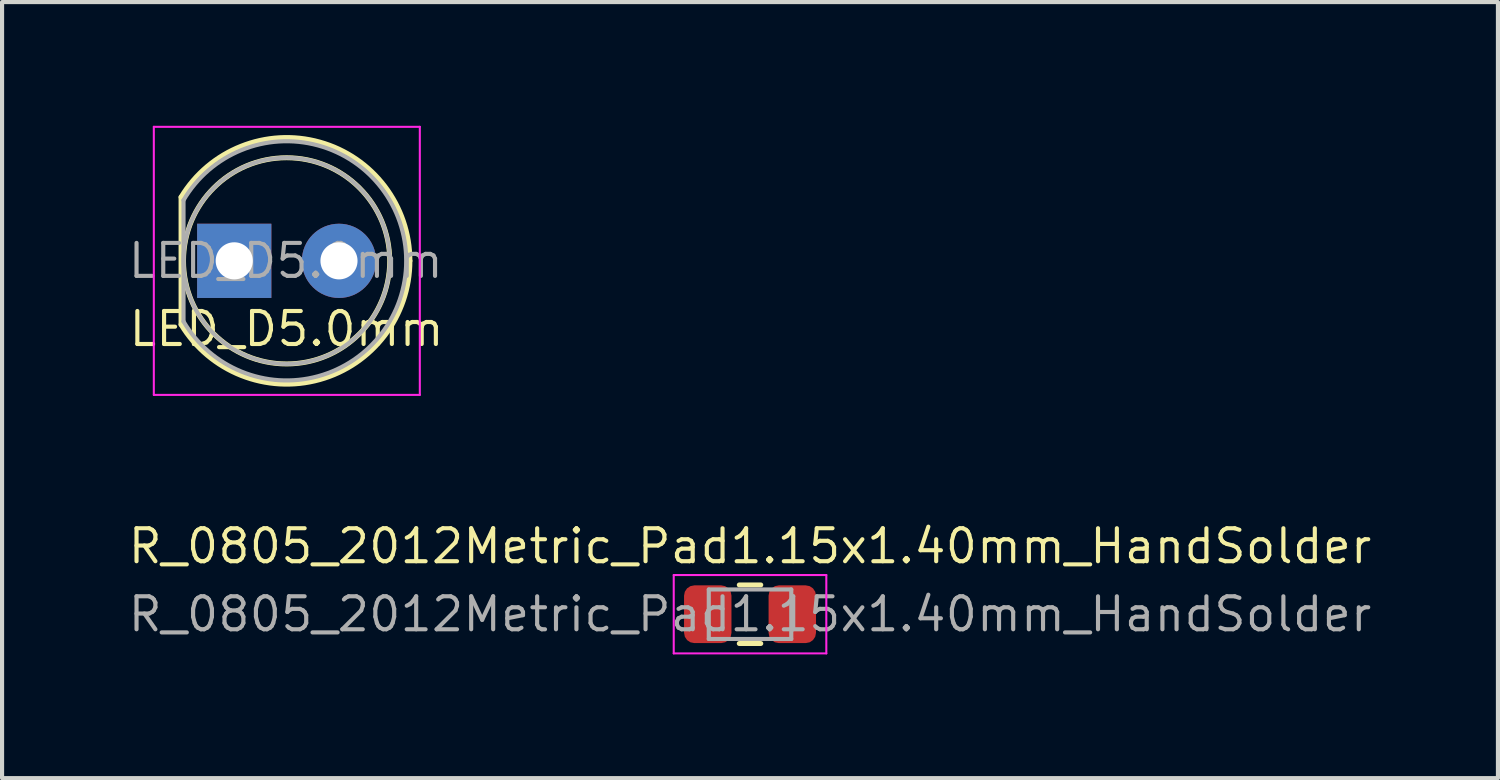
<source format=kicad_pcb>
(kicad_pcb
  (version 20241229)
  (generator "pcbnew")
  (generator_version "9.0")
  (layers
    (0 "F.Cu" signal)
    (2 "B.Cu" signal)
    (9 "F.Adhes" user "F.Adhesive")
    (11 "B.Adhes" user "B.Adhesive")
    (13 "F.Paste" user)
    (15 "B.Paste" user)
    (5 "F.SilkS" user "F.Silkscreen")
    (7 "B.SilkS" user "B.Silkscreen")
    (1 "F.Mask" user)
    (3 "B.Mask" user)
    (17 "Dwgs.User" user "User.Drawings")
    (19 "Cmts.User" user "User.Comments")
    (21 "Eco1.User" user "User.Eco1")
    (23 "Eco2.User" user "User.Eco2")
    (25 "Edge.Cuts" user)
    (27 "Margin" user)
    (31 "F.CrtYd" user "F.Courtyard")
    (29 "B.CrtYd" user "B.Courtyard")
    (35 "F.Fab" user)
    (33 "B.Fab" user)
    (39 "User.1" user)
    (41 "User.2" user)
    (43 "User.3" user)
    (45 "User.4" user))
  (footprint "LED_D5.0mm"
    (layer "F.Cu")
    (at 2.63 3.275)
    (property "Reference" "LED_D5.0mm" (at 1.27 1.651 180) (layer "F.SilkS") (effects (font (size 0.8 0.8) (thickness 0.1))))
    (attr through_hole)
    (fp_line (start -1.29 -1.545) (end -1.29 1.545) (stroke (width 0.12) (type solid)) (layer "F.SilkS"))
    (fp_arc (start -1.29 -1.54483) (mid 2.072002 -2.880433) (end 4.26 0.000462) (stroke (width 0.12) (type solid)) (layer "F.SilkS"))
    (fp_arc (start 4.26 -0.000462) (mid 2.072002 2.880433) (end -1.29 1.54483) (stroke (width 0.12) (type solid)) (layer "F.SilkS"))
    (fp_circle (center 1.27 0) (end 3.77 0) (stroke (width 0.12) (type solid)) (fill no) (layer "F.SilkS"))
    (fp_line (start -1.95 -3.25) (end -1.95 3.25) (stroke (width 0.05) (type solid)) (layer "F.CrtYd"))
    (fp_line (start -1.95 3.25) (end 4.5 3.25) (stroke (width 0.05) (type solid)) (layer "F.CrtYd"))
    (fp_line (start 4.5 -3.25) (end -1.95 -3.25) (stroke (width 0.05) (type solid)) (layer "F.CrtYd"))
    (fp_line (start 4.5 3.25) (end 4.5 -3.25) (stroke (width 0.05) (type solid)) (layer "F.CrtYd"))
    (fp_line (start -1.23 -1.47) (end -1.23 1.47) (stroke (width 0.1) (type solid)) (layer "F.Fab"))
    (fp_arc (start -1.23 -1.469694) (mid 4.17 0.000016) (end -1.230016 1.469666) (stroke (width 0.1) (type solid)) (layer "F.Fab"))
    (fp_circle (center 1.27 0) (end 3.77 0) (stroke (width 0.1) (type solid)) (fill no) (layer "F.Fab"))
    (fp_text user "${REFERENCE}" (at 1.25 0 0) (layer "F.Fab") (effects (font (size 0.8 0.8) (thickness 0.1))))
    (pad "1" thru_hole rect (at 0 0) (size 1.8 1.8) (drill 0.9) (layers "*.Cu" "*.Mask"))
    (pad "2" thru_hole circle (at 2.54 0) (size 1.8 1.8) (drill 0.9) (layers "*.Cu" "*.Mask")))
  (footprint "R_0805_2012Metric_Pad1.15x1.40mm_HandSolder"
    (layer "F.Cu")
    (at 15.137 11.844)
    (property "Reference" "R_0805_2012Metric_Pad1.15x1.40mm_HandSolder" (at 0 -1.65 0) (layer "F.SilkS") (effects (font (size 0.8 0.8) (thickness 0.1))))
    (attr smd)
    (fp_line (start -0.261 -0.71) (end 0.261 -0.71) (stroke (width 0.12) (type solid)) (layer "F.SilkS"))
    (fp_line (start -0.261 0.71) (end 0.261 0.71) (stroke (width 0.12) (type solid)) (layer "F.SilkS"))
    (fp_line (start -1.85 -0.95) (end 1.85 -0.95) (stroke (width 0.05) (type solid)) (layer "F.CrtYd"))
    (fp_line (start -1.85 0.95) (end -1.85 -0.95) (stroke (width 0.05) (type solid)) (layer "F.CrtYd"))
    (fp_line (start 1.85 -0.95) (end 1.85 0.95) (stroke (width 0.05) (type solid)) (layer "F.CrtYd"))
    (fp_line (start 1.85 0.95) (end -1.85 0.95) (stroke (width 0.05) (type solid)) (layer "F.CrtYd"))
    (fp_line (start -1 -0.6) (end 1 -0.6) (stroke (width 0.1) (type solid)) (layer "F.Fab"))
    (fp_line (start -1 0.6) (end -1 -0.6) (stroke (width 0.1) (type solid)) (layer "F.Fab"))
    (fp_line (start 1 -0.6) (end 1 0.6) (stroke (width 0.1) (type solid)) (layer "F.Fab"))
    (fp_line (start 1 0.6) (end -1 0.6) (stroke (width 0.1) (type solid)) (layer "F.Fab"))
    (fp_text user "${REFERENCE}" (at 0 0 0) (layer "F.Fab") (effects (font (size 0.8 0.8) (thickness 0.1))))
    (pad "1" smd roundrect (at -1.025 0) (size 1.15 1.4) (layers "F.Cu" "F.Mask" "F.Paste") (roundrect_rratio 0.217))
    (pad "2" smd roundrect (at 1.025 0) (size 1.15 1.4) (layers "F.Cu" "F.Mask" "F.Paste") (roundrect_rratio 0.217)))
  (gr_rect
    (start -3 -3)
    (end 33.273 15.819)
    (stroke (width 0.1) (type default))
    (fill no)
    (layer "Edge.Cuts")))
</source>
